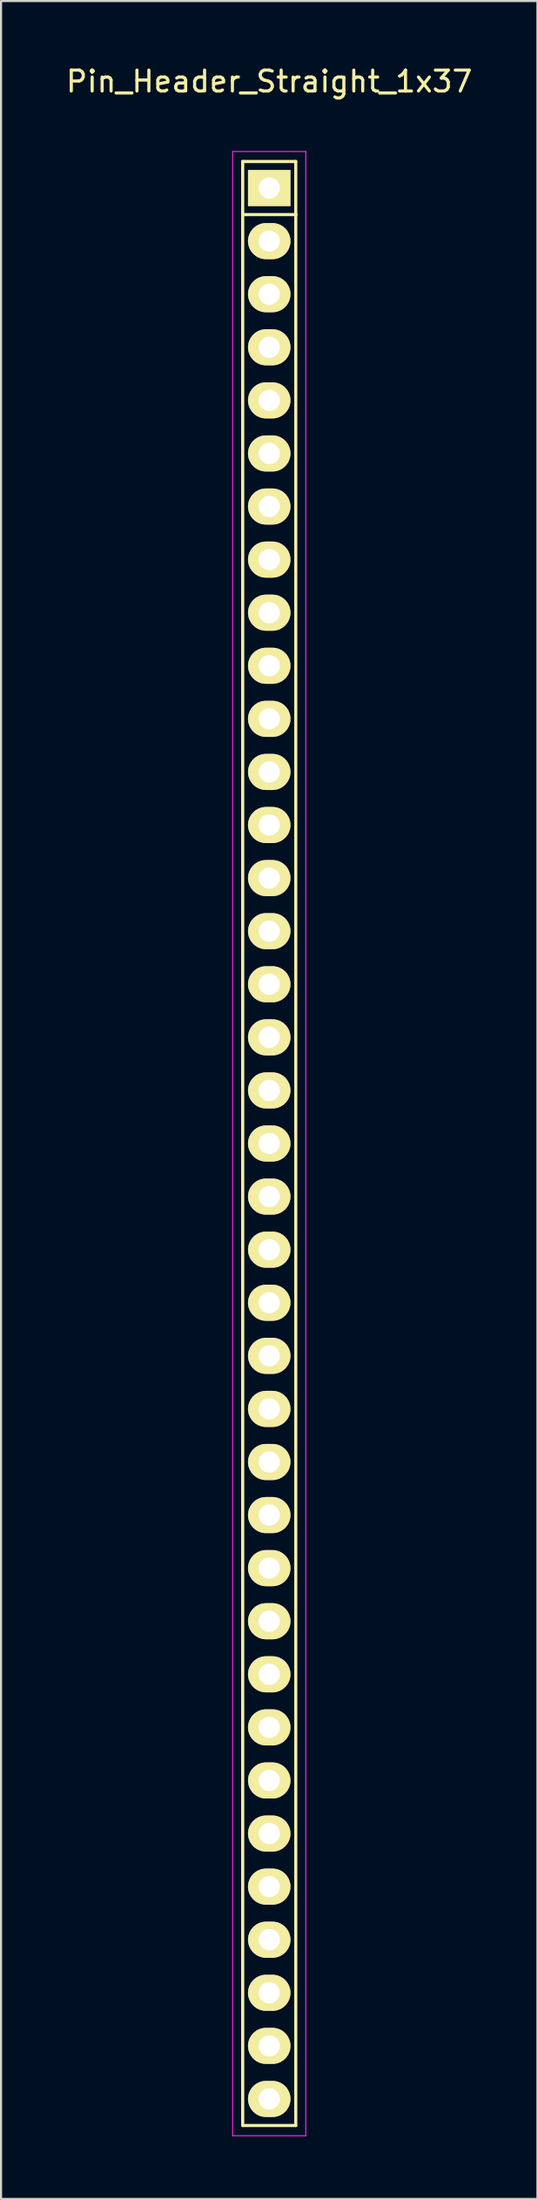
<source format=kicad_pcb>
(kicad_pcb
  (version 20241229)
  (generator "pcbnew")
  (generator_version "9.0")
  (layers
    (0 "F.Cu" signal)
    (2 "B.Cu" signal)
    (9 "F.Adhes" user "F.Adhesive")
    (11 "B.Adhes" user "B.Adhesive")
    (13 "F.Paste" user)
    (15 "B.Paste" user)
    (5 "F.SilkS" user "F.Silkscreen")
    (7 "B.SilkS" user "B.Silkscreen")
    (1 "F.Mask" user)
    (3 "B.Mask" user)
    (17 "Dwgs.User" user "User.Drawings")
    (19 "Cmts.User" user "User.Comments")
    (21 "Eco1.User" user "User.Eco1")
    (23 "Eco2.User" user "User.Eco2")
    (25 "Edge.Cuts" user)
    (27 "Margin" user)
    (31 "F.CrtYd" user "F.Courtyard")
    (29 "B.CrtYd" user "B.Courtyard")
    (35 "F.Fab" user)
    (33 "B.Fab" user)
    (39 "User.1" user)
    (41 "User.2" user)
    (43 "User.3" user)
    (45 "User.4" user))
  (footprint "Pin_Header_Straight_1x37"
    (layer "F.Cu")
    (at 9.839 5.948)
    (property "Reference" "Pin_Header_Straight_1x37" (at 0 -5.1 0) (layer "F.SilkS") (effects (font (size 1 1) (thickness 0.15))))
    (attr through_hole)
    (fp_line (start -1.27 -1.27) (end -1.27 1.27) (stroke (width 0.15) (type solid)) (layer "F.SilkS"))
    (fp_line (start -1.27 1.27) (end -1.27 92.71) (stroke (width 0.15) (type solid)) (layer "F.SilkS"))
    (fp_line (start -1.27 92.71) (end 1.27 92.71) (stroke (width 0.15) (type solid)) (layer "F.SilkS"))
    (fp_line (start 1.27 -1.27) (end -1.27 -1.27) (stroke (width 0.15) (type solid)) (layer "F.SilkS"))
    (fp_line (start 1.27 -1.27) (end 1.27 1.27) (stroke (width 0.15) (type solid)) (layer "F.SilkS"))
    (fp_line (start 1.27 1.27) (end -1.27 1.27) (stroke (width 0.15) (type solid)) (layer "F.SilkS"))
    (fp_line (start 1.27 92.71) (end 1.27 1.27) (stroke (width 0.15) (type solid)) (layer "F.SilkS"))
    (fp_line (start -1.75 -1.75) (end -1.75 93.2) (stroke (width 0.05) (type solid)) (layer "F.CrtYd"))
    (fp_line (start -1.75 -1.75) (end 1.75 -1.75) (stroke (width 0.05) (type solid)) (layer "F.CrtYd"))
    (fp_line (start -1.75 93.2) (end 1.75 93.2) (stroke (width 0.05) (type solid)) (layer "F.CrtYd"))
    (fp_line (start 1.75 -1.75) (end 1.75 93.2) (stroke (width 0.05) (type solid)) (layer "F.CrtYd"))
    (pad "1" thru_hole rect (at 0 0) (size 2.032 1.727) (drill 1.016) (layers "*.Cu" "*.Mask" "F.SilkS"))
    (pad "2" thru_hole oval (at 0 2.54) (size 2.032 1.727) (drill 1.016) (layers "*.Cu" "*.Mask" "F.SilkS"))
    (pad "3" thru_hole oval (at 0 5.08) (size 2.032 1.727) (drill 1.016) (layers "*.Cu" "*.Mask" "F.SilkS"))
    (pad "4" thru_hole oval (at 0 7.62) (size 2.032 1.727) (drill 1.016) (layers "*.Cu" "*.Mask" "F.SilkS"))
    (pad "5" thru_hole oval (at 0 10.16) (size 2.032 1.727) (drill 1.016) (layers "*.Cu" "*.Mask" "F.SilkS"))
    (pad "6" thru_hole oval (at 0 12.7) (size 2.032 1.727) (drill 1.016) (layers "*.Cu" "*.Mask" "F.SilkS"))
    (pad "7" thru_hole oval (at 0 15.24) (size 2.032 1.727) (drill 1.016) (layers "*.Cu" "*.Mask" "F.SilkS"))
    (pad "8" thru_hole oval (at 0 17.78) (size 2.032 1.727) (drill 1.016) (layers "*.Cu" "*.Mask" "F.SilkS"))
    (pad "9" thru_hole oval (at 0 20.32) (size 2.032 1.727) (drill 1.016) (layers "*.Cu" "*.Mask" "F.SilkS"))
    (pad "10" thru_hole oval (at 0 22.86) (size 2.032 1.727) (drill 1.016) (layers "*.Cu" "*.Mask" "F.SilkS"))
    (pad "11" thru_hole oval (at 0 25.4) (size 2.032 1.727) (drill 1.016) (layers "*.Cu" "*.Mask" "F.SilkS"))
    (pad "12" thru_hole oval (at 0 27.94) (size 2.032 1.727) (drill 1.016) (layers "*.Cu" "*.Mask" "F.SilkS"))
    (pad "13" thru_hole oval (at 0 30.48) (size 2.032 1.727) (drill 1.016) (layers "*.Cu" "*.Mask" "F.SilkS"))
    (pad "14" thru_hole oval (at 0 33.02) (size 2.032 1.727) (drill 1.016) (layers "*.Cu" "*.Mask" "F.SilkS"))
    (pad "15" thru_hole oval (at 0 35.56) (size 2.032 1.727) (drill 1.016) (layers "*.Cu" "*.Mask" "F.SilkS"))
    (pad "16" thru_hole oval (at 0 38.1) (size 2.032 1.727) (drill 1.016) (layers "*.Cu" "*.Mask" "F.SilkS"))
    (pad "17" thru_hole oval (at 0 40.64) (size 2.032 1.727) (drill 1.016) (layers "*.Cu" "*.Mask" "F.SilkS"))
    (pad "18" thru_hole oval (at 0 43.18) (size 2.032 1.727) (drill 1.016) (layers "*.Cu" "*.Mask" "F.SilkS"))
    (pad "19" thru_hole oval (at 0 45.72) (size 2.032 1.727) (drill 1.016) (layers "*.Cu" "*.Mask" "F.SilkS"))
    (pad "20" thru_hole oval (at 0 48.26) (size 2.032 1.727) (drill 1.016) (layers "*.Cu" "*.Mask" "F.SilkS"))
    (pad "21" thru_hole oval (at 0 50.8) (size 2.032 1.727) (drill 1.016) (layers "*.Cu" "*.Mask" "F.SilkS"))
    (pad "22" thru_hole oval (at 0 53.34) (size 2.032 1.727) (drill 1.016) (layers "*.Cu" "*.Mask" "F.SilkS"))
    (pad "23" thru_hole oval (at 0 55.88) (size 2.032 1.727) (drill 1.016) (layers "*.Cu" "*.Mask" "F.SilkS"))
    (pad "24" thru_hole oval (at 0 58.42) (size 2.032 1.727) (drill 1.016) (layers "*.Cu" "*.Mask" "F.SilkS"))
    (pad "25" thru_hole oval (at 0 60.96) (size 2.032 1.727) (drill 1.016) (layers "*.Cu" "*.Mask" "F.SilkS"))
    (pad "26" thru_hole oval (at 0 63.5) (size 2.032 1.727) (drill 1.016) (layers "*.Cu" "*.Mask" "F.SilkS"))
    (pad "27" thru_hole oval (at 0 66.04) (size 2.032 1.727) (drill 1.016) (layers "*.Cu" "*.Mask" "F.SilkS"))
    (pad "28" thru_hole oval (at 0 68.58) (size 2.032 1.727) (drill 1.016) (layers "*.Cu" "*.Mask" "F.SilkS"))
    (pad "29" thru_hole oval (at 0 71.12) (size 2.032 1.727) (drill 1.016) (layers "*.Cu" "*.Mask" "F.SilkS"))
    (pad "30" thru_hole oval (at 0 73.66) (size 2.032 1.727) (drill 1.016) (layers "*.Cu" "*.Mask" "F.SilkS"))
    (pad "31" thru_hole oval (at 0 76.2) (size 2.032 1.727) (drill 1.016) (layers "*.Cu" "*.Mask" "F.SilkS"))
    (pad "32" thru_hole oval (at 0 78.74) (size 2.032 1.727) (drill 1.016) (layers "*.Cu" "*.Mask" "F.SilkS"))
    (pad "33" thru_hole oval (at 0 81.28) (size 2.032 1.727) (drill 1.016) (layers "*.Cu" "*.Mask" "F.SilkS"))
    (pad "34" thru_hole oval (at 0 83.82) (size 2.032 1.727) (drill 1.016) (layers "*.Cu" "*.Mask" "F.SilkS"))
    (pad "35" thru_hole oval (at 0 86.36) (size 2.032 1.727) (drill 1.016) (layers "*.Cu" "*.Mask" "F.SilkS"))
    (pad "36" thru_hole oval (at 0 88.9) (size 2.032 1.727) (drill 1.016) (layers "*.Cu" "*.Mask" "F.SilkS"))
    (pad "37" thru_hole oval (at 0 91.44) (size 2.032 1.727) (drill 1.016) (layers "*.Cu" "*.Mask" "F.SilkS")))
  (gr_rect
    (start -3 -3)
    (end 22.679 102.173)
    (stroke (width 0.1) (type default))
    (fill no)
    (layer "Edge.Cuts")))
</source>
